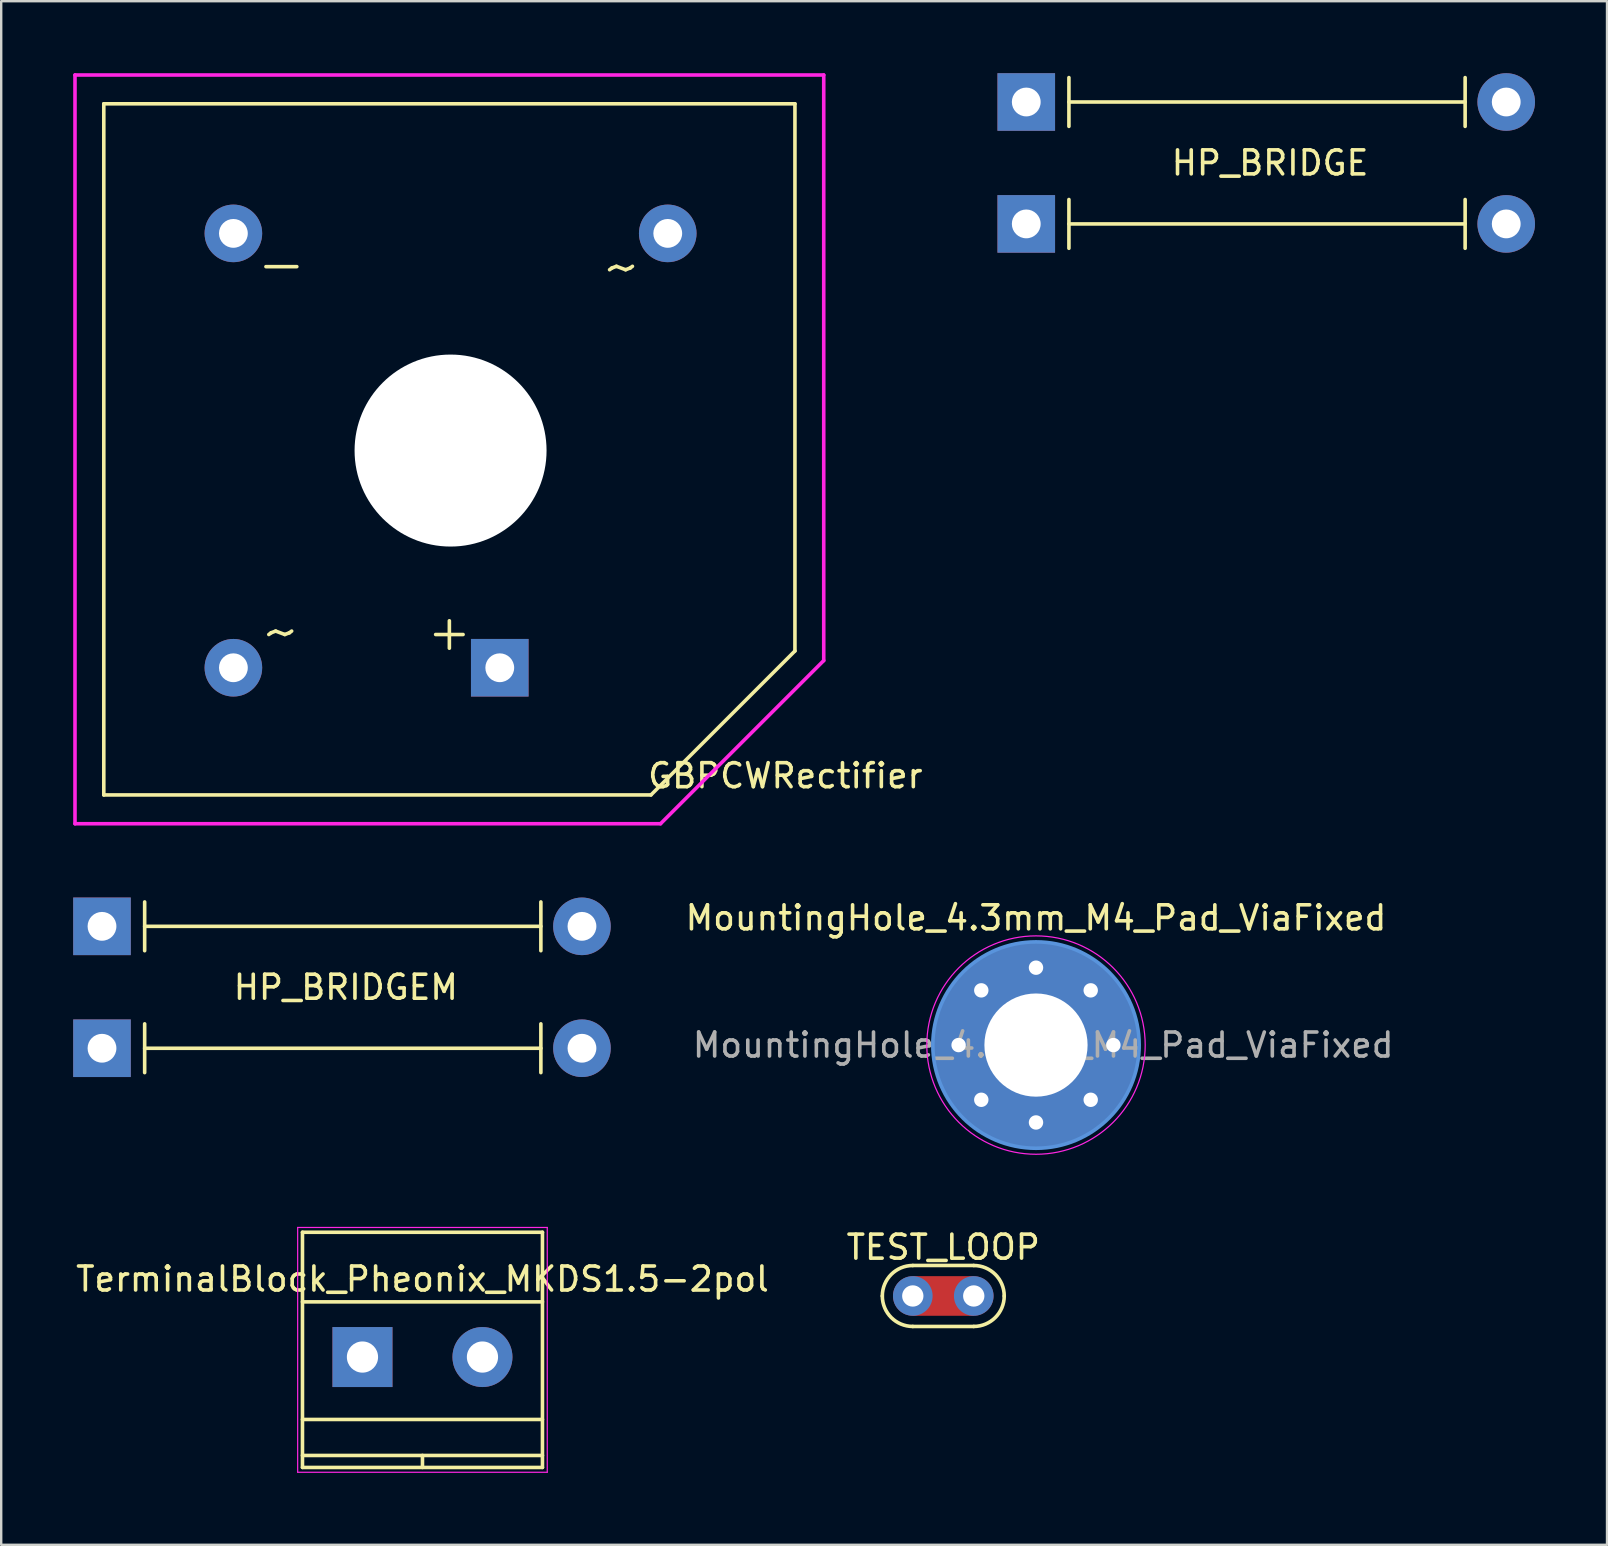
<source format=kicad_pcb>
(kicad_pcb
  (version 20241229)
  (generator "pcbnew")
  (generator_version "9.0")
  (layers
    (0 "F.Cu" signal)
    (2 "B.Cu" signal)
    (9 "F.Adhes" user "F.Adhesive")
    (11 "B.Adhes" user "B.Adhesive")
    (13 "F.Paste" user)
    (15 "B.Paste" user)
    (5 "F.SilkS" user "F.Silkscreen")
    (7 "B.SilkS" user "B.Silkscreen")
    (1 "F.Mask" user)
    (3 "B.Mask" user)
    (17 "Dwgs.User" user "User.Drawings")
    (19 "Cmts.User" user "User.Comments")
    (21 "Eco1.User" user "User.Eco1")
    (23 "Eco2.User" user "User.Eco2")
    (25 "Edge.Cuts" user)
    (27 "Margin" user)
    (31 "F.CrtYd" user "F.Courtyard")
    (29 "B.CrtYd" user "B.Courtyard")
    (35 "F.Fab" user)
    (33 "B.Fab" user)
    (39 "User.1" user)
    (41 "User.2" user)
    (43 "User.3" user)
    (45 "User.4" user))
  (footprint "TEST_LOOP"
    (layer "F.Cu")
    (at 36.256 50.953)
    (property "Reference" "TEST_LOOP" (at 0 -2.032 0) (layer "F.SilkS") (effects (font (size 1 1) (thickness 0.15))))
    (attr through_hole)
    (fp_line (start -1.27 -1.27) (end 1.27 -1.27) (stroke (width 0.15) (type solid)) (layer "F.SilkS"))
    (fp_line (start -1.27 1.27) (end 1.27 1.27) (stroke (width 0.15) (type solid)) (layer "F.SilkS"))
    (fp_arc (start -2.54 0) (mid -2.168026 -0.898026) (end -1.27 -1.27) (stroke (width 0.15) (type solid)) (layer "F.SilkS"))
    (fp_arc (start -1.27 1.27) (mid -2.168026 0.898026) (end -2.54 0) (stroke (width 0.15) (type solid)) (layer "F.SilkS"))
    (fp_arc (start 1.27 -1.27) (mid 2.168026 -0.898026) (end 2.54 0) (stroke (width 0.15) (type solid)) (layer "F.SilkS"))
    (fp_arc (start 2.54 0) (mid 2.168026 0.898026) (end 1.27 1.27) (stroke (width 0.15) (type solid)) (layer "F.SilkS"))
    (pad "1" thru_hole circle (at -1.27 0) (size 1.651 1.651) (drill 0.889) (layers "*.Cu" "*.Mask"))
    (pad "1" smd rect (at 0 0) (size 2.54 1.651) (layers "F.Cu" "F.Mask" "F.Paste"))
    (pad "1" thru_hole circle (at 1.27 0) (size 1.651 1.651) (drill 0.889) (layers "*.Cu" "*.Mask")))
  (footprint "HP_BRIDGEM"
    (layer "F.Cu")
    (at 1.2 35.55)
    (property "Reference" "HP_BRIDGEM" (at 10.16 2.54 0) (layer "F.SilkS") (effects (font (size 1 1) (thickness 0.15))))
    (attr through_hole)
    (fp_line (start 1.778 -1.016) (end 1.778 1.016) (stroke (width 0.15) (type solid)) (layer "F.SilkS"))
    (fp_line (start 1.778 4.064) (end 1.778 6.096) (stroke (width 0.15) (type solid)) (layer "F.SilkS"))
    (fp_line (start 18.288 -1.016) (end 18.288 1.016) (stroke (width 0.15) (type solid)) (layer "F.SilkS"))
    (fp_line (start 18.288 0) (end 1.778 0) (stroke (width 0.15) (type solid)) (layer "F.SilkS"))
    (fp_line (start 18.288 4.064) (end 18.288 6.096) (stroke (width 0.15) (type solid)) (layer "F.SilkS"))
    (fp_line (start 18.288 5.08) (end 1.778 5.08) (stroke (width 0.15) (type solid)) (layer "F.SilkS"))
    (pad "1" thru_hole rect (at 0 5.08) (size 2.4 2.4) (drill 1.2) (layers "*.Cu" "*.Mask"))
    (pad "2" thru_hole circle (at 20 5.08) (size 2.4 2.4) (drill 1.2) (layers "*.Cu" "*.Mask"))
    (pad "3" thru_hole rect (at 0 0) (size 2.4 2.4) (drill 1.2) (layers "*.Cu" "*.Mask"))
    (pad "4" thru_hole circle (at 20 0) (size 2.4 2.4) (drill 1.2) (layers "*.Cu" "*.Mask")))
  (footprint "GBPCWRectifier"
    (layer "F.Cu")
    (at 6.675 6.675)
    (property "Reference" "GBPCWRectifier" (at 23 22.6 0) (layer "F.SilkS") (effects (font (size 1 1) (thickness 0.15))))
    (attr through_hole)
    (fp_line (start -5.4 -5.4) (end -5.4 23.4) (stroke (width 0.15) (type solid)) (layer "F.SilkS"))
    (fp_line (start -5.4 -5.4) (end 23.4 -5.4) (stroke (width 0.15) (type solid)) (layer "F.SilkS"))
    (fp_line (start -5.4 23.4) (end 17.4 23.4) (stroke (width 0.15) (type solid)) (layer "F.SilkS"))
    (fp_line (start 17.4 23.4) (end 23.4 17.4) (stroke (width 0.15) (type solid)) (layer "F.SilkS"))
    (fp_line (start 23.4 -5.4) (end 23.4 17.4) (stroke (width 0.15) (type solid)) (layer "F.SilkS"))
    (fp_line (start -6.6 -6.6) (end 24.6 -6.6) (stroke (width 0.15) (type solid)) (layer "F.CrtYd"))
    (fp_line (start -6.6 24.6) (end -6.6 -6.6) (stroke (width 0.15) (type solid)) (layer "F.CrtYd"))
    (fp_line (start 17.8 24.6) (end -6.6 24.6) (stroke (width 0.15) (type solid)) (layer "F.CrtYd"))
    (fp_line (start 24.6 -6.6) (end 24.6 17.8) (stroke (width 0.15) (type solid)) (layer "F.CrtYd"))
    (fp_line (start 24.6 17.8) (end 17.8 24.6) (stroke (width 0.15) (type solid)) (layer "F.CrtYd"))
    (fp_text user "~" (at 16.2 1.4 0) (layer "F.SilkS") (effects (font (size 1.5 2) (thickness 0.15))))
    (fp_text user "~" (at 2 16.6 0) (layer "F.SilkS") (effects (font (size 1.5 2) (thickness 0.15))))
    (fp_text user "+" (at 9 16.6 0) (layer "F.SilkS") (effects (font (size 1.5 1.5) (thickness 0.15))))
    (fp_text user "—" (at 2 1.2 0) (layer "F.SilkS") (effects (font (size 1.5 1.5) (thickness 0.15))))
    (pad "" np_thru_hole circle (at 9.05 9.05) (size 8 8) (drill 8) (layers "*.Cu" "*.Mask"))
    (pad "1" thru_hole rect (at 11.1 18.1) (size 2.4 2.4) (drill 1.2) (layers "*.Cu" "*.Mask"))
    (pad "2" thru_hole circle (at 0 0) (size 2.4 2.4) (drill 1.2) (layers "*.Cu" "*.Mask"))
    (pad "3" thru_hole circle (at 18.1 0) (size 2.4 2.4) (drill 1.2) (layers "*.Cu" "*.Mask"))
    (pad "4" thru_hole circle (at 0 18.1) (size 2.4 2.4) (drill 1.2) (layers "*.Cu" "*.Mask")))
  (footprint "HP_BRIDGE"
    (layer "F.Cu")
    (at 39.714 1.2)
    (property "Reference" "HP_BRIDGE" (at 10.16 2.54 0) (layer "F.SilkS") (effects (font (size 1 1) (thickness 0.15))))
    (attr through_hole)
    (fp_line (start 1.778 -1.016) (end 1.778 1.016) (stroke (width 0.15) (type solid)) (layer "F.SilkS"))
    (fp_line (start 1.778 4.064) (end 1.778 6.096) (stroke (width 0.15) (type solid)) (layer "F.SilkS"))
    (fp_line (start 18.288 -1.016) (end 18.288 1.016) (stroke (width 0.15) (type solid)) (layer "F.SilkS"))
    (fp_line (start 18.288 0) (end 1.778 0) (stroke (width 0.15) (type solid)) (layer "F.SilkS"))
    (fp_line (start 18.288 4.064) (end 18.288 6.096) (stroke (width 0.15) (type solid)) (layer "F.SilkS"))
    (fp_line (start 18.288 5.08) (end 1.778 5.08) (stroke (width 0.15) (type solid)) (layer "F.SilkS"))
    (pad "1" thru_hole rect (at 0 0) (size 2.4 2.4) (drill 1.2) (layers "*.Cu" "*.Mask"))
    (pad "2" thru_hole circle (at 20 0) (size 2.4 2.4) (drill 1.2) (layers "*.Cu" "*.Mask"))
    (pad "3" thru_hole rect (at 0 5.08) (size 2.4 2.4) (drill 1.2) (layers "*.Cu" "*.Mask"))
    (pad "4" thru_hole circle (at 20 5.08) (size 2.4 2.4) (drill 1.2) (layers "*.Cu" "*.Mask")))
  (footprint "MountingHole_4.3mm_M4_Pad_ViaFixed"
    (layer "F.Cu")
    (at 40.12 40.498)
    (property "Reference" "MountingHole_4.3mm_M4_Pad_ViaFixed" (at 0 -5.3 0) (layer "F.SilkS") (effects (font (size 1 1) (thickness 0.15))))
    (attr exclude_from_pos_files exclude_from_bom)
    (fp_circle (center 0 0) (end 4.3 0) (stroke (width 0.15) (type solid)) (fill no) (layer "Cmts.User"))
    (fp_circle (center 0 0) (end 4.55 0) (stroke (width 0.05) (type solid)) (fill no) (layer "F.CrtYd"))
    (fp_text user "${REFERENCE}" (at 0.3 0 0) (layer "F.Fab") (effects (font (size 1 1) (thickness 0.15))))
    (pad "1" thru_hole circle (at -3.225 0) (size 0.9 0.9) (drill 0.6) (layers "*.Cu" "*.Mask"))
    (pad "1" thru_hole circle (at -2.28 -2.28) (size 0.9 0.9) (drill 0.6) (layers "*.Cu" "*.Mask"))
    (pad "1" thru_hole circle (at -2.28 2.28) (size 0.9 0.9) (drill 0.6) (layers "*.Cu" "*.Mask"))
    (pad "1" thru_hole circle (at 0 -3.225) (size 0.9 0.9) (drill 0.6) (layers "*.Cu" "*.Mask"))
    (pad "1" thru_hole circle (at 0 0) (size 8.6 8.6) (drill 4.3) (layers "*.Cu" "*.Mask"))
    (pad "1" thru_hole circle (at 0 3.225) (size 0.9 0.9) (drill 0.6) (layers "*.Cu" "*.Mask"))
    (pad "1" thru_hole circle (at 2.28 -2.28) (size 0.9 0.9) (drill 0.6) (layers "*.Cu" "*.Mask"))
    (pad "1" thru_hole circle (at 2.28 2.28) (size 0.9 0.9) (drill 0.6) (layers "*.Cu" "*.Mask"))
    (pad "1" thru_hole circle (at 3.225 0) (size 0.9 0.9) (drill 0.6) (layers "*.Cu" "*.Mask")))
  (footprint "TerminalBlock_Pheonix_MKDS1.5-2pol"
    (layer "F.Cu")
    (at 12.054 53.498)
    (property "Reference" "TerminalBlock_Pheonix_MKDS1.5-2pol" (at 2.5 -3.25 0) (layer "F.SilkS") (effects (font (size 1 1) (thickness 0.15))))
    (attr through_hole)
    (fp_line (start -2.5 -5.2) (end -2.5 4.6) (stroke (width 0.15) (type solid)) (layer "F.SilkS"))
    (fp_line (start -2.5 -2.3) (end 7.5 -2.3) (stroke (width 0.15) (type solid)) (layer "F.SilkS"))
    (fp_line (start -2.5 2.6) (end 7.5 2.6) (stroke (width 0.15) (type solid)) (layer "F.SilkS"))
    (fp_line (start -2.5 4.1) (end 7.5 4.1) (stroke (width 0.15) (type solid)) (layer "F.SilkS"))
    (fp_line (start -2.5 4.6) (end 7.5 4.6) (stroke (width 0.15) (type solid)) (layer "F.SilkS"))
    (fp_line (start 2.5 4.1) (end 2.5 4.6) (stroke (width 0.15) (type solid)) (layer "F.SilkS"))
    (fp_line (start 7.5 -5.2) (end -2.5 -5.2) (stroke (width 0.15) (type solid)) (layer "F.SilkS"))
    (fp_line (start 7.5 4.6) (end 7.5 -5.2) (stroke (width 0.15) (type solid)) (layer "F.SilkS"))
    (fp_line (start -2.7 -5.4) (end 7.7 -5.4) (stroke (width 0.05) (type solid)) (layer "F.CrtYd"))
    (fp_line (start -2.7 4.8) (end -2.7 -5.4) (stroke (width 0.05) (type solid)) (layer "F.CrtYd"))
    (fp_line (start 7.7 -5.4) (end 7.7 4.8) (stroke (width 0.05) (type solid)) (layer "F.CrtYd"))
    (fp_line (start 7.7 4.8) (end -2.7 4.8) (stroke (width 0.05) (type solid)) (layer "F.CrtYd"))
    (pad "1" thru_hole rect (at 0 0) (size 2.5 2.5) (drill 1.3) (layers "*.Cu" "*.Mask"))
    (pad "2" thru_hole circle (at 5 0) (size 2.5 2.5) (drill 1.3) (layers "*.Cu" "*.Mask")))
  (gr_rect
    (start -3 -3)
    (end 63.914 61.323)
    (stroke (width 0.1) (type default))
    (fill no)
    (layer "Edge.Cuts")))
</source>
